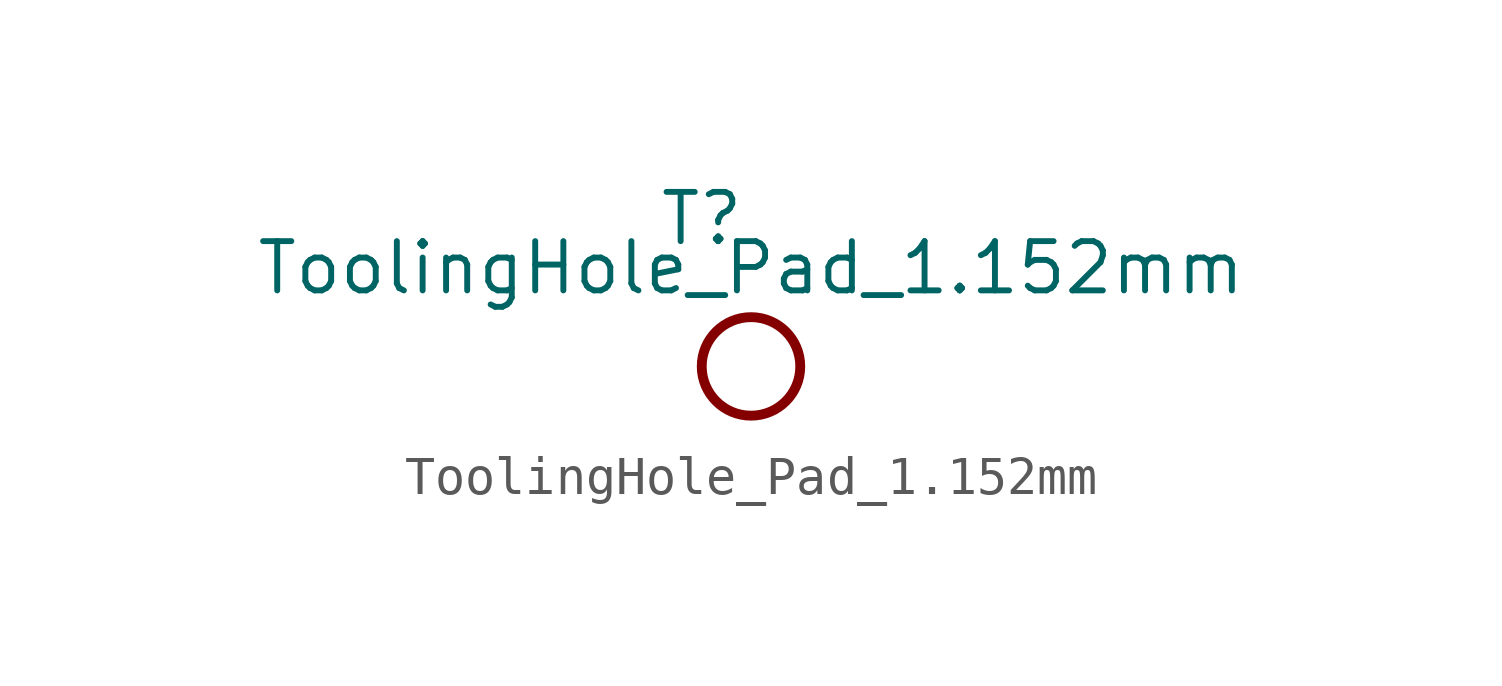
<source format=kicad_sym>
(kicad_symbol_lib
  (version 20220914)
  (generator kicad_symbol_editor)
  (symbol "ToolingHole_Pad_1.152mm"
    (pin_numbers hide)
    (pin_names
      (offset 1.016) hide)
    (property "Reference" "T"
      (at -1.27 3.81 0)
      (effects (font (size 1.27 1.27))))
    (property "Value" "ToolingHole_Pad_1.152mm"
      (at 0 2.54 0)
      (effects (font (size 1.27 1.27))))
    (symbol "ToolingHole_Pad_1.152mm_1_1"
      (circle (center 0 0) (radius 1.27) (stroke (width 0.254) (type default)) (fill (type none))))))
</source>
